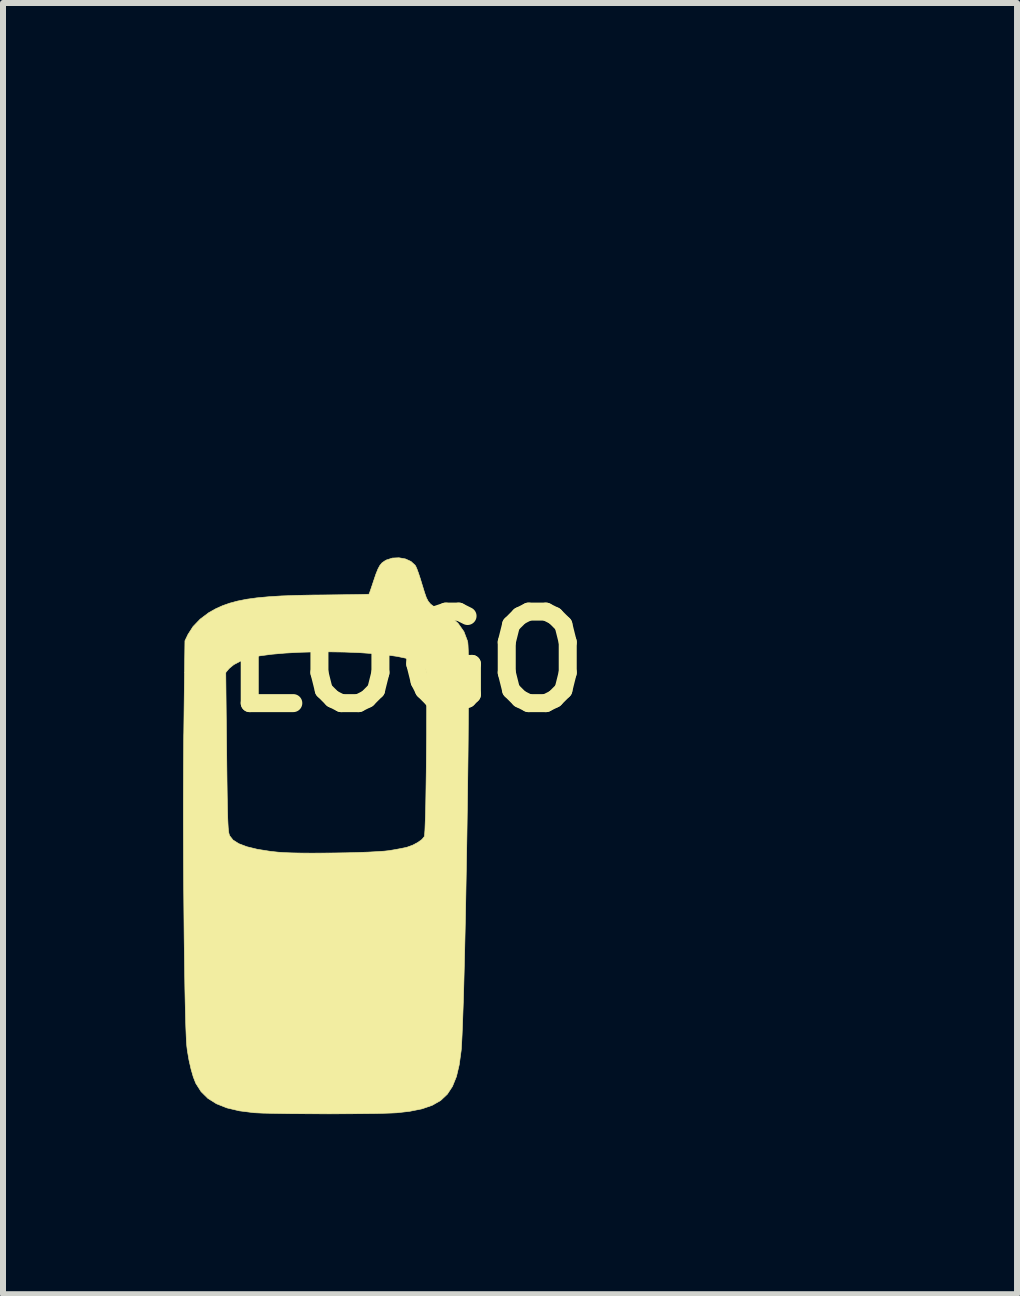
<source format=kicad_pcb>
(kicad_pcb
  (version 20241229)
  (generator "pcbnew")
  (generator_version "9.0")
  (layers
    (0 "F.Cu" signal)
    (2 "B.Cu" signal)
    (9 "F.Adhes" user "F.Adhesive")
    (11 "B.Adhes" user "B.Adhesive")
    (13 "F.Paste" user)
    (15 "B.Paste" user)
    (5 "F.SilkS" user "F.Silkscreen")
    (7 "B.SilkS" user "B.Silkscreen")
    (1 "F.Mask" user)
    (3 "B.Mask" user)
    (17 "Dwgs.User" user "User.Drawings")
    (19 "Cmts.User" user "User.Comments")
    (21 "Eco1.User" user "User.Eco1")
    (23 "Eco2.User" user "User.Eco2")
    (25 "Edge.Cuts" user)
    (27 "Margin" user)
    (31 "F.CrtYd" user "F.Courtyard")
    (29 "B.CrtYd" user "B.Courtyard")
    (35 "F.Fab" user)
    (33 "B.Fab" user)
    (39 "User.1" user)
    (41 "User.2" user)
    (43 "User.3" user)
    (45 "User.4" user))
  (footprint "LOGO"
    (layer "F.Cu")
    (at 3.723 7.974)
    (property "Reference" "LOGO" (at 0 0 0) (layer "F.SilkS") (effects (font (size 1.524 1.524) (thickness 0.3))))
    (attr through_hole)
    (fp_poly (pts (xy 0.795 -3.873) (xy 0.836 -3.87) (xy 1.152 -3.825) (xy 1.455 -3.74) (xy 1.743 -3.616) (xy 2.015 -3.454) (xy 2.267 -3.255) (xy 2.372 -3.155) (xy 2.587 -2.912) (xy 2.764 -2.65) (xy 2.902 -2.371) (xy 3.003 -2.074) (xy 3.065 -1.759) (xy 3.07 -1.716) (xy 3.084 -1.539) (xy 3.08 -1.397) (xy 3.057 -1.285) (xy 3.023 -1.211) (xy 2.945 -1.123) (xy 2.842 -1.061) (xy 2.726 -1.029) (xy 2.607 -1.032) (xy 2.59 -1.036) (xy 2.49 -1.07) (xy 2.413 -1.122) (xy 2.353 -1.196) (xy 2.308 -1.297) (xy 2.276 -1.432) (xy 2.257 -1.556) (xy 2.24 -1.671) (xy 2.219 -1.784) (xy 2.197 -1.881) (xy 2.181 -1.937) (xy 2.075 -2.181) (xy 1.937 -2.4) (xy 1.769 -2.592) (xy 1.574 -2.754) (xy 1.356 -2.885) (xy 1.118 -2.981) (xy 0.862 -3.04) (xy 0.794 -3.048) (xy 0.701 -3.059) (xy 0.616 -3.07) (xy 0.554 -3.079) (xy 0.54 -3.082) (xy 0.429 -3.123) (xy 0.341 -3.193) (xy 0.277 -3.285) (xy 0.241 -3.391) (xy 0.234 -3.504) (xy 0.258 -3.617) (xy 0.316 -3.72) (xy 0.35 -3.759) (xy 0.413 -3.813) (xy 0.48 -3.85) (xy 0.561 -3.871) (xy 0.663 -3.878) (xy 0.795 -3.873)) (stroke (width 0.01) (type solid)) (fill yes) (layer "F.Mask"))
    (fp_poly (pts (xy -1.128 0.328) (xy -0.93 0.328) (xy -0.766 0.329) (xy -0.634 0.33) (xy -0.53 0.332) (xy -0.45 0.334) (xy -0.391 0.337) (xy -0.348 0.342) (xy -0.318 0.347) (xy -0.298 0.354) (xy -0.285 0.363) (xy -0.275 0.37) (xy -0.251 0.392) (xy -0.23 0.413) (xy -0.213 0.436) (xy -0.199 0.465) (xy -0.187 0.502) (xy -0.178 0.553) (xy -0.171 0.619) (xy -0.165 0.704) (xy -0.161 0.813) (xy -0.158 0.948) (xy -0.156 1.112) (xy -0.155 1.31) (xy -0.153 1.545) (xy -0.152 1.72) (xy -0.146 2.9) (xy -0.593 2.9) (xy -0.593 0.847) (xy -1.143 0.847) (xy -1.143 2.9) (xy -1.587 2.9) (xy -1.587 0.847) (xy -2.138 0.847) (xy -2.138 2.9) (xy -2.561 2.9) (xy -2.561 1.713) (xy -2.561 1.453) (xy -2.561 1.231) (xy -2.56 1.045) (xy -2.559 0.89) (xy -2.556 0.765) (xy -2.553 0.665) (xy -2.547 0.586) (xy -2.54 0.526) (xy -2.531 0.481) (xy -2.519 0.447) (xy -2.505 0.422) (xy -2.488 0.401) (xy -2.468 0.381) (xy -2.455 0.37) (xy -2.443 0.361) (xy -2.429 0.353) (xy -2.407 0.346) (xy -2.375 0.341) (xy -2.329 0.337) (xy -2.266 0.334) (xy -2.181 0.331) (xy -2.072 0.33) (xy -1.933 0.329) (xy -1.763 0.328) (xy -1.557 0.328) (xy -1.365 0.328) (xy -1.128 0.328)) (stroke (width 0.01) (type solid)) (fill yes) (layer "F.Mask"))
    (fp_poly (pts (xy 0.856 -7.964) (xy 1.343 -7.937) (xy 1.83 -7.868) (xy 2.313 -7.76) (xy 2.789 -7.612) (xy 3.256 -7.428) (xy 3.71 -7.207) (xy 4.148 -6.951) (xy 4.568 -6.661) (xy 4.967 -6.338) (xy 5.032 -6.28) (xy 5.387 -5.934) (xy 5.714 -5.56) (xy 6.012 -5.161) (xy 6.279 -4.742) (xy 6.514 -4.304) (xy 6.715 -3.851) (xy 6.881 -3.388) (xy 7.009 -2.915) (xy 7.1 -2.438) (xy 7.15 -1.959) (xy 7.161 -1.669) (xy 7.165 -1.274) (xy 7.099 -1.193) (xy 7 -1.099) (xy 6.887 -1.042) (xy 6.764 -1.024) (xy 6.675 -1.036) (xy 6.574 -1.079) (xy 6.483 -1.151) (xy 6.414 -1.241) (xy 6.385 -1.312) (xy 6.379 -1.351) (xy 6.371 -1.424) (xy 6.363 -1.521) (xy 6.355 -1.635) (xy 6.35 -1.704) (xy 6.34 -1.848) (xy 6.326 -2.003) (xy 6.309 -2.154) (xy 6.293 -2.283) (xy 6.289 -2.307) (xy 6.194 -2.783) (xy 6.061 -3.244) (xy 5.892 -3.688) (xy 5.687 -4.113) (xy 5.45 -4.518) (xy 5.181 -4.901) (xy 4.883 -5.26) (xy 4.556 -5.594) (xy 4.204 -5.9) (xy 3.828 -6.177) (xy 3.428 -6.423) (xy 3.009 -6.636) (xy 2.57 -6.815) (xy 2.114 -6.958) (xy 1.642 -7.063) (xy 1.48 -7.089) (xy 1.349 -7.107) (xy 1.194 -7.124) (xy 1.032 -7.139) (xy 0.883 -7.15) (xy 0.863 -7.152) (xy 0.712 -7.162) (xy 0.595 -7.175) (xy 0.507 -7.193) (xy 0.44 -7.218) (xy 0.385 -7.252) (xy 0.337 -7.299) (xy 0.309 -7.331) (xy 0.269 -7.391) (xy 0.247 -7.457) (xy 0.237 -7.534) (xy 0.245 -7.671) (xy 0.29 -7.787) (xy 0.372 -7.882) (xy 0.407 -7.909) (xy 0.494 -7.969) (xy 0.856 -7.964)) (stroke (width 0.01) (type solid)) (fill yes) (layer "F.Mask"))
    (fp_poly (pts (xy 0.876 -5.923) (xy 1.053 -5.911) (xy 1.243 -5.89) (xy 1.44 -5.858) (xy 1.638 -5.818) (xy 1.725 -5.797) (xy 2.144 -5.671) (xy 2.543 -5.507) (xy 2.922 -5.308) (xy 3.279 -5.074) (xy 3.611 -4.807) (xy 3.917 -4.509) (xy 4.196 -4.18) (xy 4.445 -3.822) (xy 4.664 -3.437) (xy 4.677 -3.41) (xy 4.812 -3.106) (xy 4.926 -2.777) (xy 5.017 -2.434) (xy 5.082 -2.088) (xy 5.119 -1.752) (xy 5.125 -1.596) (xy 5.126 -1.484) (xy 5.124 -1.403) (xy 5.118 -1.345) (xy 5.105 -1.297) (xy 5.086 -1.251) (xy 5.082 -1.242) (xy 5.014 -1.148) (xy 4.919 -1.078) (xy 4.806 -1.036) (xy 4.686 -1.026) (xy 4.622 -1.036) (xy 4.519 -1.081) (xy 4.427 -1.158) (xy 4.38 -1.219) (xy 4.361 -1.257) (xy 4.345 -1.306) (xy 4.332 -1.374) (xy 4.32 -1.467) (xy 4.307 -1.595) (xy 4.305 -1.615) (xy 4.29 -1.781) (xy 4.275 -1.915) (xy 4.26 -2.028) (xy 4.242 -2.13) (xy 4.22 -2.232) (xy 4.193 -2.343) (xy 4.192 -2.344) (xy 4.077 -2.712) (xy 3.924 -3.063) (xy 3.737 -3.394) (xy 3.518 -3.703) (xy 3.268 -3.988) (xy 2.992 -4.245) (xy 2.691 -4.474) (xy 2.367 -4.671) (xy 2.023 -4.835) (xy 1.662 -4.962) (xy 1.359 -5.037) (xy 1.248 -5.057) (xy 1.112 -5.076) (xy 0.971 -5.092) (xy 0.862 -5.102) (xy 0.715 -5.115) (xy 0.603 -5.128) (xy 0.519 -5.144) (xy 0.456 -5.165) (xy 0.406 -5.192) (xy 0.362 -5.227) (xy 0.351 -5.238) (xy 0.277 -5.337) (xy 0.241 -5.45) (xy 0.239 -5.58) (xy 0.269 -5.702) (xy 0.332 -5.801) (xy 0.408 -5.867) (xy 0.478 -5.898) (xy 0.583 -5.917) (xy 0.717 -5.925) (xy 0.876 -5.923)) (stroke (width 0.01) (type solid)) (fill yes) (layer "F.Mask"))
    (fp_poly (pts (xy -0.02 -1.713) (xy 0.073 -1.671) (xy 0.141 -1.609) (xy 0.152 -1.593) (xy 0.171 -1.551) (xy 0.198 -1.478) (xy 0.229 -1.384) (xy 0.261 -1.279) (xy 0.264 -1.27) (xy 0.3 -1.152) (xy 0.33 -1.066) (xy 0.362 -1.005) (xy 0.401 -0.959) (xy 0.454 -0.92) (xy 0.526 -0.88) (xy 0.56 -0.863) (xy 0.727 -0.76) (xy 0.859 -0.639) (xy 0.956 -0.501) (xy 1.013 -0.35) (xy 1.02 -0.321) (xy 1.024 -0.274) (xy 1.028 -0.188) (xy 1.03 -0.065) (xy 1.032 0.091) (xy 1.032 0.279) (xy 1.032 0.494) (xy 1.031 0.734) (xy 1.029 0.996) (xy 1.027 1.278) (xy 1.024 1.576) (xy 1.02 1.887) (xy 1.016 2.209) (xy 1.011 2.539) (xy 1.006 2.873) (xy 1 3.21) (xy 0.994 3.545) (xy 0.988 3.877) (xy 0.982 4.202) (xy 0.975 4.518) (xy 0.968 4.821) (xy 0.961 5.109) (xy 0.954 5.379) (xy 0.947 5.627) (xy 0.939 5.851) (xy 0.932 6.049) (xy 0.925 6.217) (xy 0.918 6.352) (xy 0.912 6.452) (xy 0.909 6.483) (xy 0.877 6.716) (xy 0.831 6.911) (xy 0.765 7.074) (xy 0.679 7.205) (xy 0.567 7.31) (xy 0.427 7.39) (xy 0.256 7.449) (xy 0.051 7.49) (xy -0.16 7.514) (xy -0.24 7.518) (xy -0.358 7.522) (xy -0.506 7.526) (xy -0.679 7.528) (xy -0.871 7.53) (xy -1.076 7.531) (xy -1.289 7.532) (xy -1.504 7.531) (xy -1.714 7.53) (xy -1.914 7.529) (xy -2.099 7.526) (xy -2.262 7.523) (xy -2.398 7.52) (xy -2.5 7.515) (xy -2.541 7.513) (xy -2.785 7.482) (xy -2.993 7.433) (xy -3.167 7.364) (xy -3.31 7.274) (xy -3.423 7.162) (xy -3.509 7.027) (xy -3.513 7.019) (xy -3.553 6.917) (xy -3.591 6.785) (xy -3.625 6.635) (xy -3.652 6.477) (xy -3.661 6.403) (xy -3.667 6.328) (xy -3.672 6.214) (xy -3.678 6.065) (xy -3.683 5.883) (xy -3.688 5.671) (xy -3.693 5.434) (xy -3.697 5.174) (xy -3.701 4.895) (xy -3.705 4.599) (xy -3.708 4.291) (xy -3.711 3.973) (xy -3.714 3.649) (xy -3.716 3.321) (xy -3.717 2.994) (xy -3.718 2.671) (xy -3.718 2.354) (xy -3.717 2.047) (xy -3.716 1.754) (xy -3.714 1.477) (xy -3.712 1.221) (xy -3.711 1.185) (xy -3.699 0.18) (xy -3.012 0.18) (xy -2.997 1.503) (xy -2.994 1.775) (xy -2.991 2.009) (xy -2.988 2.206) (xy -2.985 2.371) (xy -2.982 2.506) (xy -2.979 2.615) (xy -2.975 2.701) (xy -2.971 2.767) (xy -2.966 2.817) (xy -2.961 2.853) (xy -2.954 2.879) (xy -2.947 2.898) (xy -2.946 2.9) (xy -2.891 2.97) (xy -2.795 3.031) (xy -2.66 3.082) (xy -2.484 3.125) (xy -2.268 3.159) (xy -2.138 3.173) (xy -2.039 3.18) (xy -1.908 3.185) (xy -1.751 3.188) (xy -1.575 3.189) (xy -1.386 3.188) (xy -1.192 3.186) (xy -0.999 3.183) (xy -0.814 3.178) (xy -0.644 3.172) (xy -0.496 3.164) (xy -0.375 3.156) (xy -0.29 3.147) (xy -0.286 3.146) (xy -0.185 3.129) (xy -0.09 3.111) (xy -0.016 3.096) (xy 0.011 3.089) (xy 0.102 3.056) (xy 0.187 3.011) (xy 0.255 2.962) (xy 0.294 2.915) (xy 0.297 2.91) (xy 0.301 2.877) (xy 0.306 2.806) (xy 0.31 2.702) (xy 0.315 2.57) (xy 0.319 2.413) (xy 0.322 2.237) (xy 0.325 2.045) (xy 0.328 1.842) (xy 0.33 1.632) (xy 0.332 1.42) (xy 0.334 1.21) (xy 0.334 1.006) (xy 0.335 0.814) (xy 0.334 0.636) (xy 0.333 0.479) (xy 0.331 0.345) (xy 0.329 0.241) (xy 0.325 0.169) (xy 0.321 0.134) (xy 0.32 0.133) (xy 0.279 0.086) (xy 0.208 0.036) (xy 0.119 -0.011) (xy 0.023 -0.048) (xy -0.009 -0.058) (xy -0.156 -0.089) (xy -0.338 -0.115) (xy -0.549 -0.135) (xy -0.781 -0.151) (xy -1.028 -0.161) (xy -1.282 -0.165) (xy -1.538 -0.164) (xy -1.787 -0.157) (xy -2.024 -0.144) (xy -2.241 -0.125) (xy -2.431 -0.1) (xy -2.467 -0.094) (xy -2.628 -0.058) (xy -2.768 -0.009) (xy -2.879 0.049) (xy -2.956 0.113) (xy -2.957 0.114) (xy -3.012 0.18) (xy -3.699 0.18) (xy -3.692 -0.349) (xy -3.641 -0.455) (xy -3.557 -0.586) (xy -3.439 -0.709) (xy -3.294 -0.818) (xy -3.174 -0.885) (xy -3.062 -0.935) (xy -2.942 -0.977) (xy -2.81 -1.012) (xy -2.663 -1.041) (xy -2.496 -1.064) (xy -2.305 -1.082) (xy -2.085 -1.096) (xy -1.834 -1.105) (xy -1.546 -1.111) (xy -1.401 -1.112) (xy -1.225 -1.114) (xy -1.062 -1.116) (xy -0.919 -1.118) (xy -0.799 -1.12) (xy -0.707 -1.122) (xy -0.647 -1.124) (xy -0.626 -1.125) (xy -0.617 -1.147) (xy -0.598 -1.2) (xy -0.572 -1.277) (xy -0.55 -1.344) (xy -0.51 -1.462) (xy -0.476 -1.546) (xy -0.444 -1.605) (xy -0.41 -1.646) (xy -0.367 -1.677) (xy -0.336 -1.695) (xy -0.236 -1.727) (xy -0.127 -1.732) (xy -0.02 -1.713)) (stroke (width 0.01) (type solid)) (fill yes) (layer "F.SilkS")))
  (gr_rect
    (start -3 -3)
    (end 13.893 18.511)
    (stroke (width 0.1) (type default))
    (fill no)
    (layer "Edge.Cuts")))
</source>
